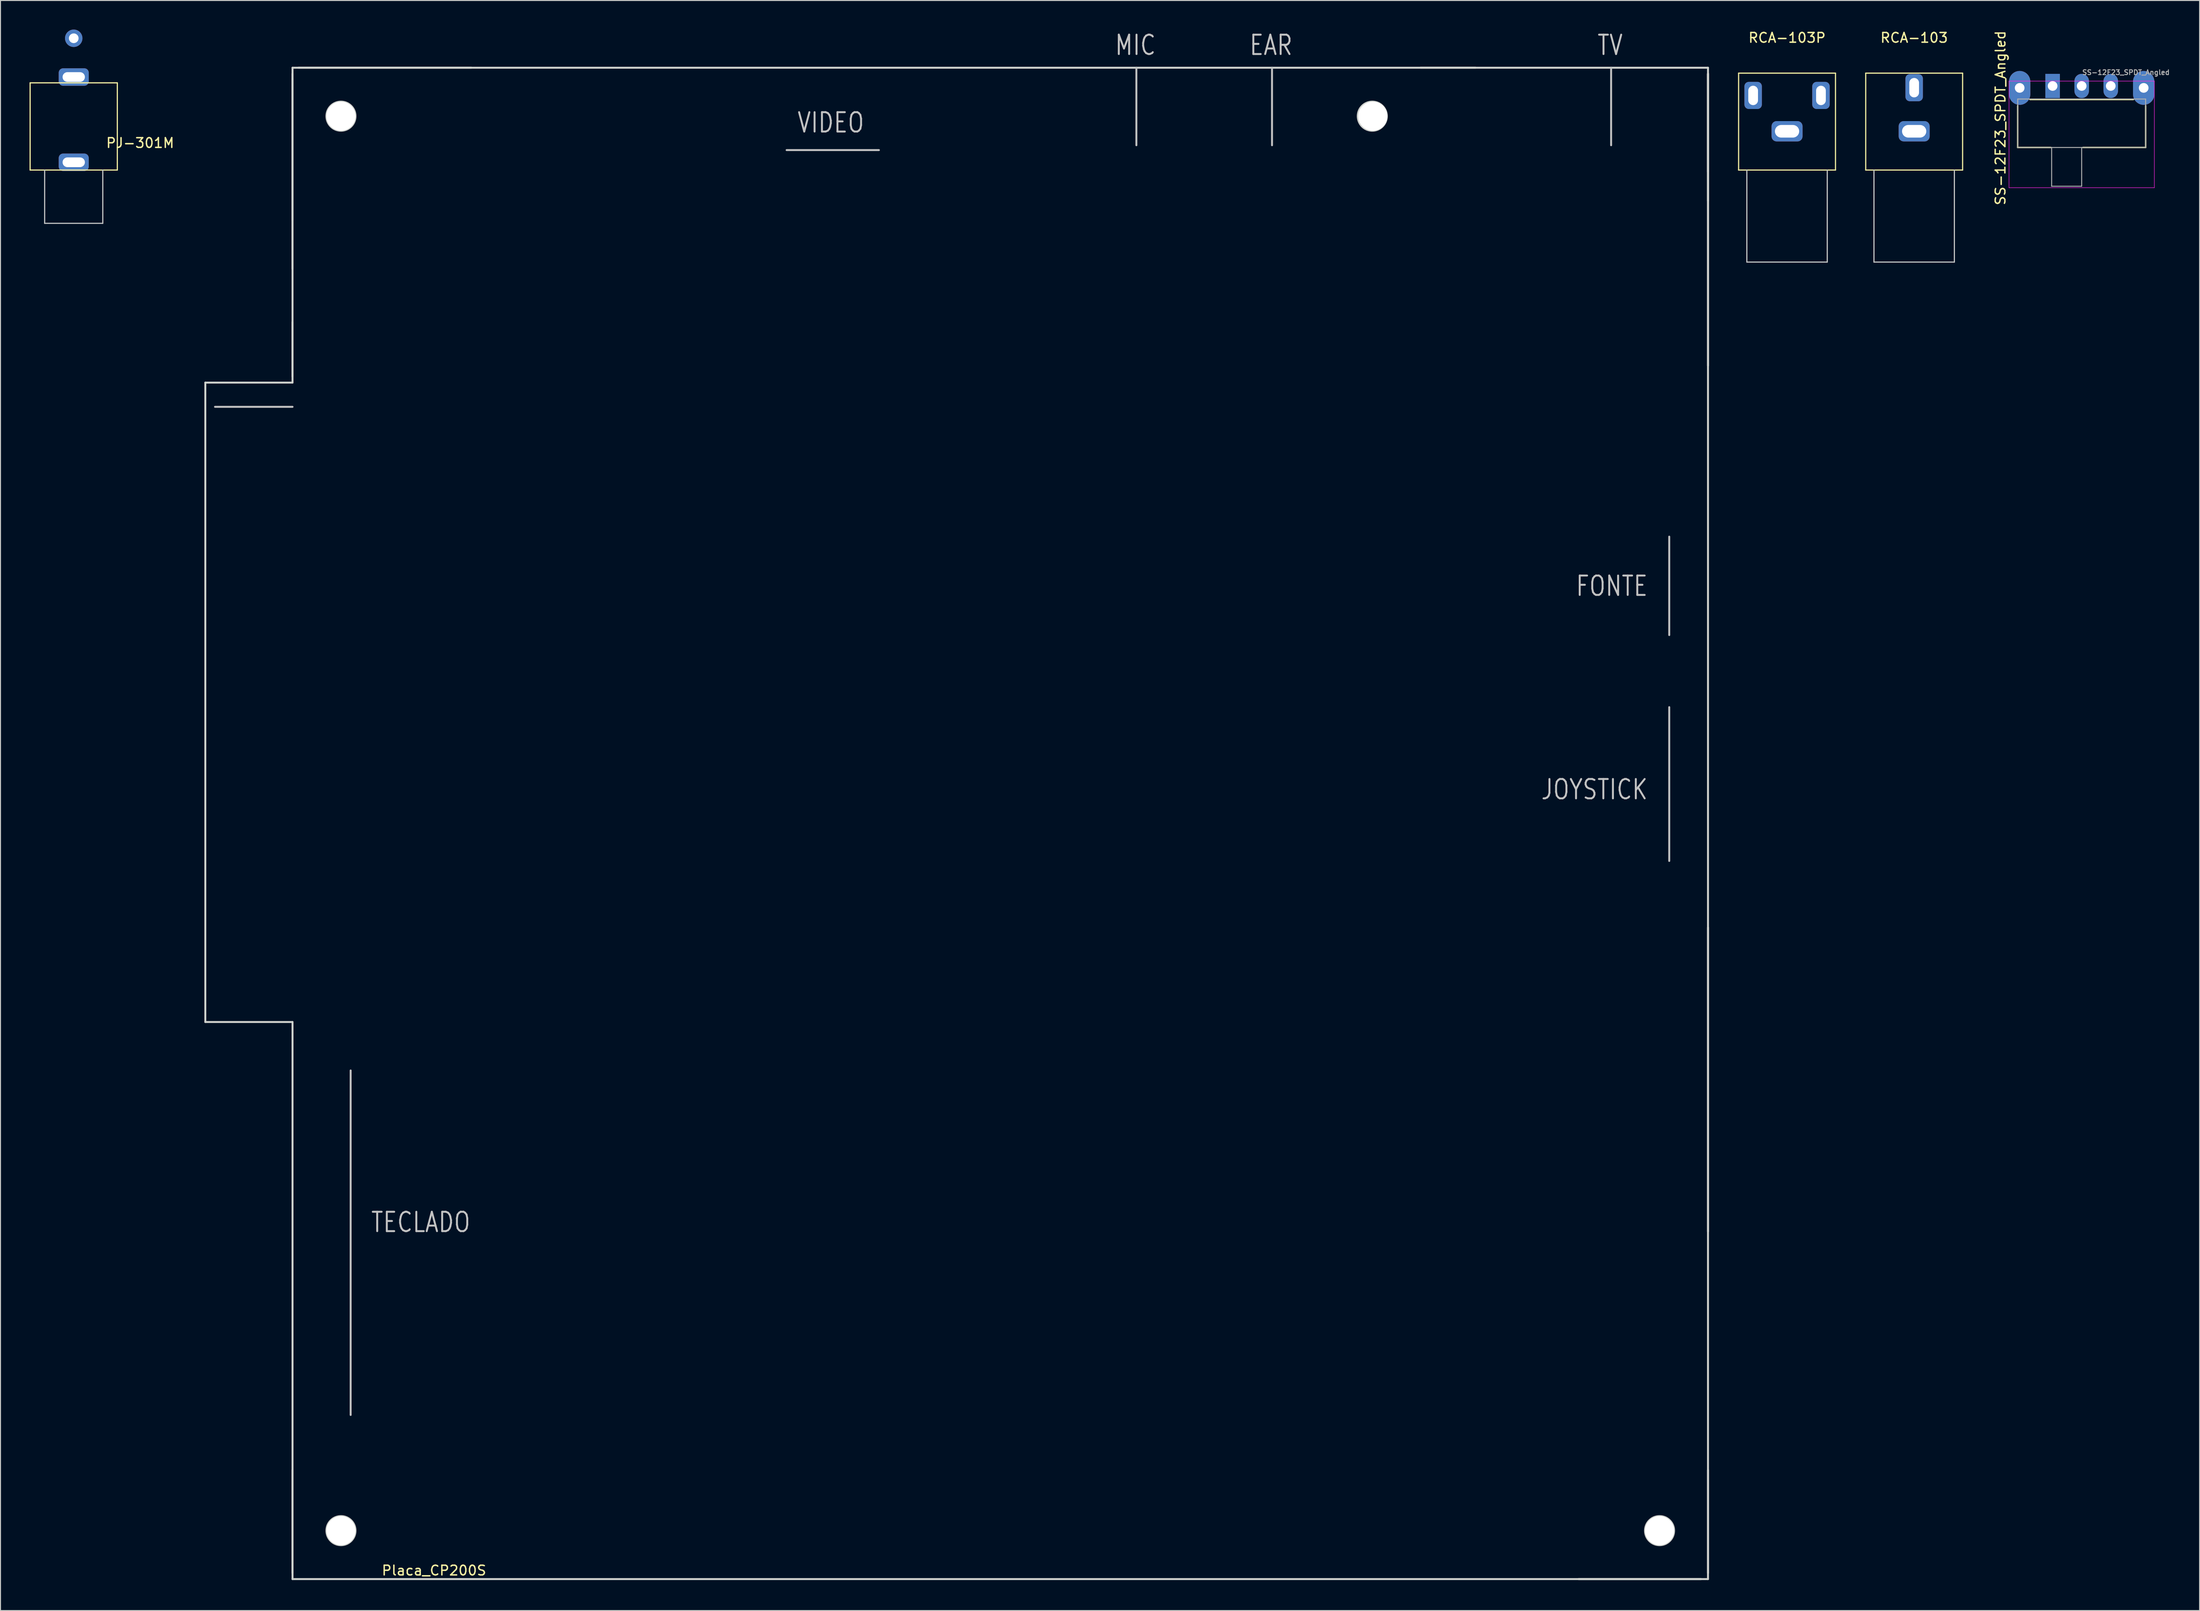
<source format=kicad_pcb>
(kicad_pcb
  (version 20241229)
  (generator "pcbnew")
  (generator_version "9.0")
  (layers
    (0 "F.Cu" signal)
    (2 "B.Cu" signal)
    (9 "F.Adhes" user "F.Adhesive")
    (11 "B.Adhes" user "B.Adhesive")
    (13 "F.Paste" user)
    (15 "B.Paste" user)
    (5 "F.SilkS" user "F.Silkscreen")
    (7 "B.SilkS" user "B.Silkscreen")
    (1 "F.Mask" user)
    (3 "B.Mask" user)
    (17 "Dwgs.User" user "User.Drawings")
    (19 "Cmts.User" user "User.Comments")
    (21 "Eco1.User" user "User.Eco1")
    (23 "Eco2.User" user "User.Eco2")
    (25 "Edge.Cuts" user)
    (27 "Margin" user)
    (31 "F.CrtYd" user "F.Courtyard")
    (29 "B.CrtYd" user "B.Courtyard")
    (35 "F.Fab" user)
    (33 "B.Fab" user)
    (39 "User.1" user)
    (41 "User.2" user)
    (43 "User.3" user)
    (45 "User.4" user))
  (footprint "RCA-103P"
    (layer "F.Cu")
    (at 181.403 10.5)
    (property "Reference" "RCA-103P" (at 0 -9.652 0) (layer "F.SilkS") (effects (font (size 1 1) (thickness 0.15))))
    (attr through_hole)
    (fp_line (start -5 -6) (end -5 4) (stroke (width 0.12) (type solid)) (layer "F.SilkS"))
    (fp_line (start -5 4) (end 5 4) (stroke (width 0.12) (type solid)) (layer "F.SilkS"))
    (fp_line (start 5 -6) (end -5 -6) (stroke (width 0.12) (type solid)) (layer "F.SilkS"))
    (fp_line (start 5 4) (end 5 -6) (stroke (width 0.12) (type solid)) (layer "F.SilkS"))
    (fp_line (start -4.15 4) (end -4.15 13.5) (stroke (width 0.12) (type solid)) (layer "Dwgs.User"))
    (fp_line (start -4.15 13.5) (end 4.15 13.5) (stroke (width 0.12) (type solid)) (layer "Dwgs.User"))
    (fp_line (start 4.15 4) (end 4.15 13.5) (stroke (width 0.12) (type solid)) (layer "Dwgs.User"))
    (pad "1" thru_hole roundrect (at -3.5 -3.7) (size 1.8 2.8) (drill oval 1 2) (layers "*.Cu" "*.Mask") (roundrect_rratio 0.25))
    (pad "2" thru_hole roundrect (at 0 0) (size 3.2 2.1) (drill oval 2.5 1.3) (layers "*.Cu" "*.Mask") (roundrect_rratio 0.25))
    (pad "3" thru_hole roundrect (at 3.5 -3.7) (size 1.8 2.8) (drill oval 1 2) (layers "*.Cu" "*.Mask") (roundrect_rratio 0.25)))
  (footprint "Placa_CP200S"
    (layer "F.Cu")
    (at 27.143 159.942)
    (property "Reference" "Placa_CP200S" (at 14.605 -0.889 0) (layer "F.SilkS") (effects (font (size 1 1) (thickness 0.15))))
    (attr through_hole)
    (fp_line (start 0 -121) (end -8 -121) (stroke (width 0.2) (type solid)) (layer "Dwgs.User"))
    (fp_line (start 6 -16.94) (end 6 -52.5) (stroke (width 0.2) (type solid)) (layer "Dwgs.User"))
    (fp_line (start 51 -147.5) (end 60.525 -147.5) (stroke (width 0.2) (type solid)) (layer "Dwgs.User"))
    (fp_line (start 87.1 -156) (end 87.1 -148) (stroke (width 0.2) (type solid)) (layer "Dwgs.User"))
    (fp_line (start 101.1 -156) (end 101.1 -148) (stroke (width 0.2) (type solid)) (layer "Dwgs.User"))
    (fp_line (start 136.1 -156) (end 136.1 -148) (stroke (width 0.2) (type solid)) (layer "Dwgs.User"))
    (fp_line (start 142.1 -107.6) (end 142.1 -97.44) (stroke (width 0.2) (type solid)) (layer "Dwgs.User"))
    (fp_line (start 142.1 -90) (end 142.1 -74.125) (stroke (width 0.2) (type solid)) (layer "Dwgs.User"))
    (fp_line (start -9 -123.5) (end -9 -57.5) (stroke (width 0.2) (type solid)) (layer "Edge.Cuts"))
    (fp_line (start -9 -57.5) (end 0 -57.5) (stroke (width 0.2) (type solid)) (layer "Edge.Cuts"))
    (fp_line (start 0 -156) (end 0 -123.5) (stroke (width 0.2) (type solid)) (layer "Edge.Cuts"))
    (fp_line (start 0 -156) (end 146.1 -156) (stroke (width 0.2) (type solid)) (layer "Edge.Cuts"))
    (fp_line (start 0 -155.375) (end 0 -135.25) (stroke (width 0.2) (type solid)) (layer "Edge.Cuts"))
    (fp_line (start 0 -154.875) (end 0 -140.25) (stroke (width 0.2) (type solid)) (layer "Edge.Cuts"))
    (fp_line (start 0 -124.125) (end 0 -129.75) (stroke (width 0.2) (type solid)) (layer "Edge.Cuts"))
    (fp_line (start 0 -123.5) (end -9 -123.5) (stroke (width 0.2) (type solid)) (layer "Edge.Cuts"))
    (fp_line (start 0 -57.5) (end 0 0) (stroke (width 0.2) (type solid)) (layer "Edge.Cuts"))
    (fp_line (start 0 -0.625) (end 0 -11.25) (stroke (width 0.2) (type solid)) (layer "Edge.Cuts"))
    (fp_line (start 0 0) (end 146.1 0) (stroke (width 0.2) (type solid)) (layer "Edge.Cuts"))
    (fp_line (start 0.625 -156) (end 18.449 -156) (stroke (width 0.2) (type solid)) (layer "Edge.Cuts"))
    (fp_line (start 116.433 -156) (end 122.101 -156) (stroke (width 0.2) (type solid)) (layer "Edge.Cuts"))
    (fp_line (start 145.375 0) (end 132.75 0) (stroke (width 0.2) (type solid)) (layer "Edge.Cuts"))
    (fp_line (start 146.1 -156) (end 146.1 0) (stroke (width 0.2) (type solid)) (layer "Edge.Cuts"))
    (fp_line (start 146.1 -155.375) (end 146.1 -145.25) (stroke (width 0.2) (type solid)) (layer "Edge.Cuts"))
    (fp_line (start 146.1 -155.375) (end 146.1 -142.25) (stroke (width 0.2) (type solid)) (layer "Edge.Cuts"))
    (fp_line (start 146.1 -155.375) (end 146.1 -125.25) (stroke (width 0.2) (type solid)) (layer "Edge.Cuts"))
    (fp_line (start 146.1 -35.875) (end 146.1 -67.25) (stroke (width 0.2) (type solid)) (layer "Edge.Cuts"))
    (fp_line (start 146.1 -0.625) (end 146.1 -11.25) (stroke (width 0.2) (type solid)) (layer "Edge.Cuts"))
    (fp_circle (center 5 -151) (end 6.5 -151) (stroke (width 0.2) (type solid)) (fill no) (layer "Edge.Cuts"))
    (fp_circle (center 5 -5) (end 6.5 -5) (stroke (width 0.2) (type solid)) (fill no) (layer "Edge.Cuts"))
    (fp_circle (center 111.45 -151) (end 112.95 -151) (stroke (width 0.2) (type solid)) (fill no) (layer "Edge.Cuts"))
    (fp_circle (center 141.1 -5) (end 142.6 -5) (stroke (width 0.2) (type solid)) (fill no) (layer "Edge.Cuts"))
    (fp_text user "TV" (at 136 -159.5 0) (layer "Dwgs.User") (effects (font (size 2 1.6) (thickness 0.2)) (justify top)))
    (fp_text user "EAR" (at 101 -159.5 0) (layer "Dwgs.User") (effects (font (size 2 1.6) (thickness 0.2)) (justify top)))
    (fp_text user "VIDEO" (at 52 -151.5 0) (layer "Dwgs.User") (effects (font (size 2 1.6) (thickness 0.2)) (justify left top)))
    (fp_text user "MIC" (at 87 -159.5 0) (layer "Dwgs.User") (effects (font (size 2 1.6) (thickness 0.2)) (justify top)))
    (fp_text user "FONTE" (at 140 -102.5 0) (layer "Dwgs.User") (effects (font (size 2 1.6) (thickness 0.2)) (justify right)))
    (fp_text user "TECLADO" (at 8 -38 0) (layer "Dwgs.User") (effects (font (size 2 1.6) (thickness 0.2)) (justify left top)))
    (fp_text user "JOYSTICK" (at 140 -81.5 0) (layer "Dwgs.User") (effects (font (size 2 1.6) (thickness 0.2)) (justify right)))
    (pad "" np_thru_hole circle (at 5 -151) (size 3 3) (drill 3) (layers "*.Cu" "*.Mask"))
    (pad "" np_thru_hole circle (at 5 -5) (size 3 3) (drill 3) (layers "*.Cu" "*.Mask"))
    (pad "" np_thru_hole circle (at 111.5 -151) (size 3 3) (drill 3) (layers "*.Cu" "*.Mask"))
    (pad "" np_thru_hole circle (at 141.1 -5) (size 3 3) (drill 3) (layers "*.Cu" "*.Mask")))
  (footprint "SS-12F23_SPDT_Angled"
    (layer "F.Cu")
    (at 211.813 5.823)
    (property "Reference" "SS-12F23_SPDT_Angled" (at -8.382 3.302 90) (layer "F.SilkS") (effects (font (size 1 1) (thickness 0.15))))
    (attr through_hole)
    (fp_line (start -6.604 6.35) (end -6.604 2.032) (stroke (width 0.15) (type solid)) (layer "F.SilkS"))
    (fp_line (start -6.604 6.35) (end -3.175 6.35) (stroke (width 0.15) (type solid)) (layer "F.SilkS"))
    (fp_line (start -5.334 1.397) (end 5.334 1.397) (stroke (width 0.15) (type solid)) (layer "F.SilkS"))
    (fp_line (start 0.127 6.35) (end 6.604 6.35) (stroke (width 0.15) (type solid)) (layer "F.SilkS"))
    (fp_line (start 6.604 6.35) (end 6.604 2.032) (stroke (width 0.15) (type solid)) (layer "F.SilkS"))
    (fp_line (start -7.5 -0.5) (end 7.5 -0.5) (stroke (width 0.05) (type solid)) (layer "F.CrtYd"))
    (fp_line (start -7.5 10.5) (end -7.5 -0.5) (stroke (width 0.05) (type solid)) (layer "F.CrtYd"))
    (fp_line (start 7.5 -0.5) (end 7.5 10.5) (stroke (width 0.05) (type solid)) (layer "F.CrtYd"))
    (fp_line (start 7.5 10.5) (end -7.5 10.5) (stroke (width 0.05) (type solid)) (layer "F.CrtYd"))
    (fp_line (start -6.6 1.35) (end -6.6 6.35) (stroke (width 0.1) (type solid)) (layer "F.Fab"))
    (fp_line (start -6.6 1.35) (end 6.6 1.35) (stroke (width 0.1) (type solid)) (layer "F.Fab"))
    (fp_line (start -6.6 6.35) (end 6.6 6.35) (stroke (width 0.1) (type solid)) (layer "F.Fab"))
    (fp_line (start -3.1 10.35) (end -3.1 6.35) (stroke (width 0.1) (type solid)) (layer "F.Fab"))
    (fp_line (start 0 6.35) (end 0 10.35) (stroke (width 0.1) (type solid)) (layer "F.Fab"))
    (fp_line (start 0 10.35) (end -3.1 10.35) (stroke (width 0.1) (type solid)) (layer "F.Fab"))
    (fp_line (start 6.6 1.35) (end 6.6 6.35) (stroke (width 0.1) (type solid)) (layer "F.Fab"))
    (fp_text user "${REFERENCE}" (at 4.572 -1.397 0) (layer "F.Fab") (effects (font (size 0.5 0.5) (thickness 0.1))))
    (pad "" thru_hole oval (at -6.4 0.2) (size 2.2 3.5) (drill 1) (layers "*.Cu" "*.Mask"))
    (pad "" thru_hole oval (at 6.4 0.2) (size 2.2 3.5) (drill 1) (layers "*.Cu" "*.Mask"))
    (pad "1" thru_hole rect (at -3 0) (size 1.5 2.5) (drill 1) (layers "*.Cu" "*.Mask"))
    (pad "2" thru_hole oval (at 0 0) (size 1.5 2.5) (drill 1) (layers "*.Cu" "*.Mask"))
    (pad "3" thru_hole oval (at 3 0) (size 1.5 2.5) (drill 1) (layers "*.Cu" "*.Mask")))
  (footprint "PJ-301M"
    (layer "F.Cu")
    (at 4.56 14.5)
    (property "Reference" "PJ-301M" (at 6.858 -2.794 0) (layer "F.SilkS") (effects (font (size 1 1) (thickness 0.15))))
    (attr through_hole)
    (fp_line (start -4.5 -9) (end -4.5 0) (stroke (width 0.12) (type solid)) (layer "F.SilkS"))
    (fp_line (start -4.5 0) (end 4.5 0) (stroke (width 0.12) (type solid)) (layer "F.SilkS"))
    (fp_line (start 4.5 -9) (end -4.5 -9) (stroke (width 0.12) (type solid)) (layer "F.SilkS"))
    (fp_line (start 4.5 0) (end 4.5 -9) (stroke (width 0.12) (type solid)) (layer "F.SilkS"))
    (fp_line (start -3 0) (end -3 5.5) (stroke (width 0.12) (type solid)) (layer "Dwgs.User"))
    (fp_line (start -3 5.5) (end 3 5.5) (stroke (width 0.12) (type solid)) (layer "Dwgs.User"))
    (fp_line (start 3 5.5) (end 3 0) (stroke (width 0.12) (type solid)) (layer "Dwgs.User"))
    (pad "1" thru_hole roundrect (at 0 -0.8) (size 3.1 1.8) (drill oval 2.3 1) (layers "*.Cu" "*.Mask") (roundrect_rratio 0.25))
    (pad "2" thru_hole roundrect (at 0 -9.6) (size 3.1 1.8) (drill oval 2.3 1) (layers "*.Cu" "*.Mask") (roundrect_rratio 0.25))
    (pad "3" thru_hole circle (at 0 -13.6) (size 1.8 1.8) (drill 1) (layers "*.Cu" "*.Mask")))
  (footprint "RCA-103"
    (layer "F.Cu")
    (at 194.523 10.5)
    (property "Reference" "RCA-103" (at 0 -9.652 0) (layer "F.SilkS") (effects (font (size 1 1) (thickness 0.15))))
    (attr through_hole)
    (fp_line (start -5 -6) (end -5 4) (stroke (width 0.12) (type solid)) (layer "F.SilkS"))
    (fp_line (start -5 4) (end 5 4) (stroke (width 0.12) (type solid)) (layer "F.SilkS"))
    (fp_line (start 5 -6) (end -5 -6) (stroke (width 0.12) (type solid)) (layer "F.SilkS"))
    (fp_line (start 5 4) (end 5 -6) (stroke (width 0.12) (type solid)) (layer "F.SilkS"))
    (fp_line (start -4.15 4) (end -4.15 13.5) (stroke (width 0.12) (type solid)) (layer "Dwgs.User"))
    (fp_line (start -4.15 13.5) (end 4.15 13.5) (stroke (width 0.12) (type solid)) (layer "Dwgs.User"))
    (fp_line (start 4.15 4) (end 4.15 13.5) (stroke (width 0.12) (type solid)) (layer "Dwgs.User"))
    (pad "1" thru_hole roundrect (at 0 -4.5) (size 1.8 2.8) (drill oval 1 2) (layers "*.Cu" "*.Mask") (roundrect_rratio 0.25))
    (pad "2" thru_hole roundrect (at 0 0) (size 3.2 2.1) (drill oval 2.5 1.3) (layers "*.Cu" "*.Mask") (roundrect_rratio 0.25)))
  (gr_rect
    (start -3 -3)
    (end 223.985 163.192)
    (stroke (width 0.1) (type default))
    (fill no)
    (layer "Edge.Cuts")))
</source>
